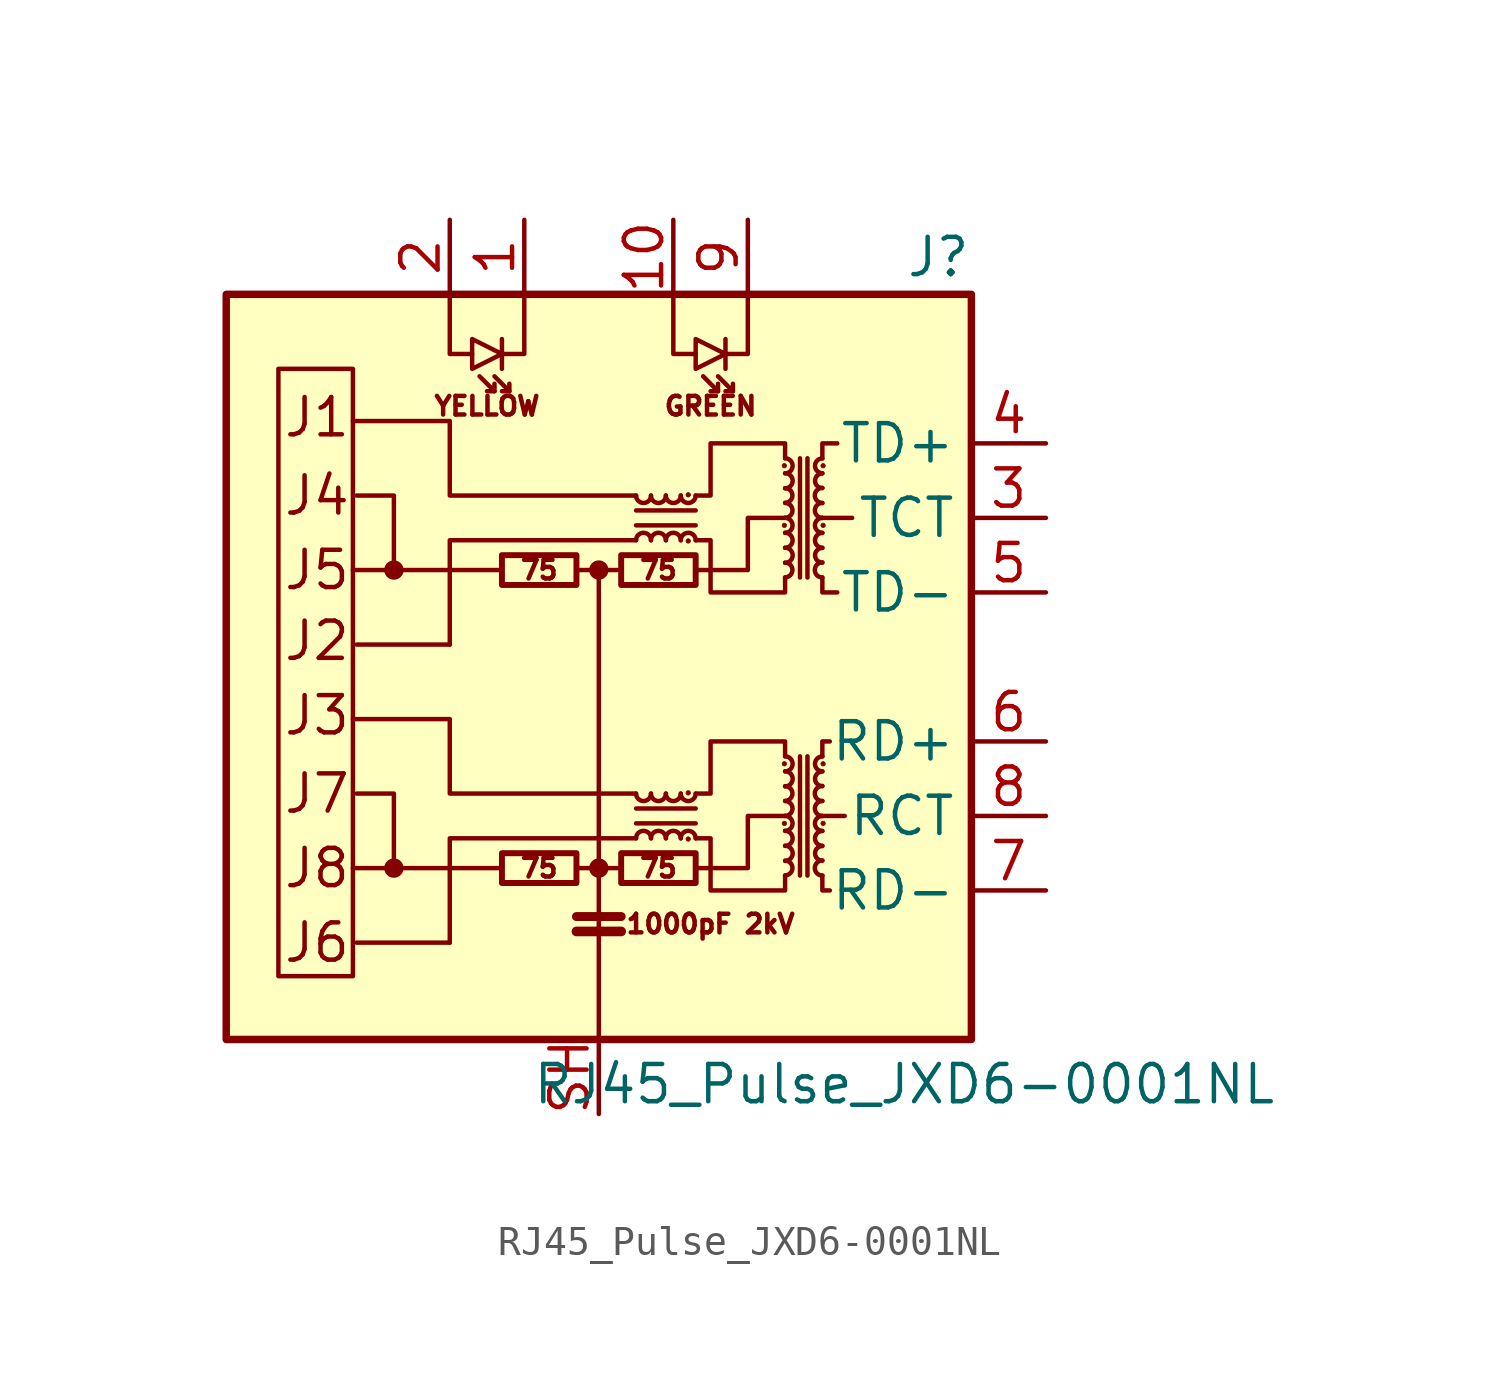
<source format=kicad_sym>
(kicad_symbol_lib
  (version 20220914)
  (generator kicad_symbol_editor)
  (symbol "RJ45_Pulse_JXD6-0001NL"
    (property "Reference" "J"
      (at 12.7 13.97 0)
      (effects (font (size 1.27 1.27)) (justify right)))
    (property "Value" "RJ45_Pulse_JXD6-0001NL"
      (at 10.414 -14.224 0)
      (effects (font (size 1.27 1.27))))
    (symbol "RJ45_Pulse_JXD6-0001NL_0_0"
      (rectangle (start -12.7 12.7) (end 12.7 -12.7) (stroke (width 0.254) (type default)) (fill (type background)))
      (polyline (pts (xy -3.302 -6.858) (xy -8.382 -6.858)) (stroke (width 0) (type default)) (fill (type none)))
      (polyline (pts (xy -3.302 3.302) (xy -8.382 3.302)) (stroke (width 0) (type default)) (fill (type none)))
      (polyline (pts (xy 8.382 -5.08) (xy 7.62 -5.08)) (stroke (width 0) (type default)) (fill (type none)))
      (polyline (pts (xy 8.636 5.08) (xy 7.62 5.08)) (stroke (width 0) (type default)) (fill (type none)))
      (polyline (pts (xy 1.27 -4.318) (xy -5.08 -4.318) (xy -5.08 -1.778) (xy -8.382 -1.778)) (stroke (width 0) (type default)) (fill (type none)))
      (polyline (pts (xy 1.27 5.842) (xy -5.08 5.842) (xy -5.08 8.382) (xy -8.382 8.382)) (stroke (width 0) (type default)) (fill (type none)))
      (polyline (pts (xy 3.302 -6.858) (xy 5.08 -6.858) (xy 5.08 -5.08) (xy 6.35 -5.08)) (stroke (width 0) (type default)) (fill (type none)))
      (polyline (pts (xy 3.302 3.302) (xy 5.08 3.302) (xy 5.08 5.08) (xy 6.35 5.08)) (stroke (width 0) (type default)) (fill (type none)))
      (text "1000pF 2kV" (at 3.81 -8.763 0) (effects (font (size 0.635 0.635))))
      (text "75" (at -2.032 -6.858 0) (effects (font (size 0.635 0.635))))
      (text "75" (at -2.032 3.302 0) (effects (font (size 0.635 0.635))))
      (text "75" (at 2.032 -6.858 0) (effects (font (size 0.635 0.635))))
      (text "75" (at 2.032 3.302 0) (effects (font (size 0.635 0.635))))
      (text "GREEN" (at 3.81 8.89 0) (effects (font (size 0.635 0.635))))
      (text "J1" (at -10.795 8.509 0) (effects (font (size 1.27 1.27)) (justify left)))
      (text "J2" (at -10.795 0.889 0) (effects (font (size 1.27 1.27)) (justify left)))
      (text "J3" (at -10.795 -1.651 0) (effects (font (size 1.27 1.27)) (justify left)))
      (text "J4" (at -10.795 5.842 0) (effects (font (size 1.27 1.27)) (justify left)))
      (text "J5" (at -10.795 3.302 0) (effects (font (size 1.27 1.27)) (justify left)))
      (text "J6" (at -10.795 -9.398 0) (effects (font (size 1.27 1.27)) (justify left)))
      (text "J7" (at -10.795 -4.318 0) (effects (font (size 1.27 1.27)) (justify left)))
      (text "J8" (at -10.795 -6.858 0) (effects (font (size 1.27 1.27)) (justify left)))
      (text "YELLOW" (at -3.81 8.89 0) (effects (font (size 0.635 0.635)))))
    (symbol "RJ45_Pulse_JXD6-0001NL_0_1"
      (rectangle (start -8.382 -10.541) (end -10.922 10.16) (stroke (width 0) (type default)) (fill (type none)))
      (circle (center -6.985 -6.858) (radius 0.254) (stroke (width 0) (type default)) (fill (type outline)))
      (circle (center -6.985 3.302) (radius 0.254) (stroke (width 0) (type default)) (fill (type outline)))
      (rectangle (start -3.302 -7.366) (end -0.762 -6.35) (stroke (width 0.203) (type default)) (fill (type none)))
      (rectangle (start -3.302 2.794) (end -0.762 3.81) (stroke (width 0.203) (type default)) (fill (type none)))
      (circle (center 0 -6.858) (radius 0.254) (stroke (width 0) (type default)) (fill (type outline)))
      (polyline (pts (xy -5.08 -9.398) (xy -8.255 -9.398)) (stroke (width 0) (type default)) (fill (type none)))
      (polyline (pts (xy -5.08 0.762) (xy -8.255 0.762)) (stroke (width 0) (type default)) (fill (type none)))
      (polyline (pts (xy -3.556 9.398) (xy -4.064 9.906)) (stroke (width 0) (type default)) (fill (type none)))
      (polyline (pts (xy -3.302 11.176) (xy -3.302 10.16)) (stroke (width 0) (type default)) (fill (type none)))
      (polyline (pts (xy -3.048 9.398) (xy -3.556 9.906)) (stroke (width 0) (type default)) (fill (type none)))
      (polyline (pts (xy -0.762 -9.017) (xy 0.762 -9.017)) (stroke (width 0.33) (type default)) (fill (type none)))
      (polyline (pts (xy -0.762 -8.509) (xy 0.762 -8.509)) (stroke (width 0.305) (type default)) (fill (type none)))
      (polyline (pts (xy 0 3.302) (xy -0.762 3.302)) (stroke (width 0) (type default)) (fill (type none)))
      (polyline (pts (xy 0.762 -6.858) (xy -0.762 -6.858)) (stroke (width 0) (type default)) (fill (type none)))
      (polyline (pts (xy 1.27 -5.334) (xy 3.302 -5.334)) (stroke (width 0) (type default)) (fill (type none)))
      (polyline (pts (xy 1.27 4.826) (xy 3.302 4.826)) (stroke (width 0) (type default)) (fill (type none)))
      (polyline (pts (xy 3.302 -4.826) (xy 1.27 -4.826)) (stroke (width 0) (type default)) (fill (type none)))
      (polyline (pts (xy 3.302 5.334) (xy 1.27 5.334)) (stroke (width 0) (type default)) (fill (type none)))
      (polyline (pts (xy 4.064 9.398) (xy 3.556 9.906)) (stroke (width 0) (type default)) (fill (type none)))
      (polyline (pts (xy 4.318 11.176) (xy 4.318 10.16)) (stroke (width 0) (type default)) (fill (type none)))
      (polyline (pts (xy 4.572 9.398) (xy 4.064 9.906)) (stroke (width 0) (type default)) (fill (type none)))
      (polyline (pts (xy 6.858 -3.048) (xy 6.858 -7.112)) (stroke (width 0) (type default)) (fill (type none)))
      (polyline (pts (xy 6.858 7.112) (xy 6.858 3.048)) (stroke (width 0) (type default)) (fill (type none)))
      (polyline (pts (xy 7.112 -7.112) (xy 7.112 -3.048)) (stroke (width 0) (type default)) (fill (type none)))
      (polyline (pts (xy 7.112 3.048) (xy 7.112 7.112)) (stroke (width 0) (type default)) (fill (type none)))
      (polyline (pts (xy -6.985 -6.858) (xy -6.985 -4.318) (xy -8.255 -4.318)) (stroke (width 0) (type default)) (fill (type none)))
      (polyline (pts (xy -6.985 3.302) (xy -6.985 5.842) (xy -8.255 5.842)) (stroke (width 0) (type default)) (fill (type none)))
      (polyline (pts (xy -5.08 12.7) (xy -5.08 10.668) (xy -4.318 10.668)) (stroke (width 0) (type default)) (fill (type none)))
      (polyline (pts (xy -3.556 9.652) (xy -3.556 9.398) (xy -3.81 9.398)) (stroke (width 0) (type default)) (fill (type none)))
      (polyline (pts (xy -3.048 9.652) (xy -3.048 9.398) (xy -3.302 9.398)) (stroke (width 0) (type default)) (fill (type none)))
      (polyline (pts (xy -2.54 12.7) (xy -2.54 10.668) (xy -3.302 10.668)) (stroke (width 0) (type default)) (fill (type none)))
      (polyline (pts (xy 0 -12.7) (xy 0 3.302) (xy 0.635 3.302)) (stroke (width 0) (type default)) (fill (type none)))
      (polyline (pts (xy 1.27 -5.842) (xy -5.08 -5.842) (xy -5.08 -9.398)) (stroke (width 0) (type default)) (fill (type none)))
      (polyline (pts (xy 1.27 4.318) (xy -5.08 4.318) (xy -5.08 0.762)) (stroke (width 0) (type default)) (fill (type none)))
      (polyline (pts (xy 2.54 12.7) (xy 2.54 10.668) (xy 3.302 10.668)) (stroke (width 0) (type default)) (fill (type none)))
      (polyline (pts (xy 4.064 9.652) (xy 4.064 9.398) (xy 3.81 9.398)) (stroke (width 0) (type default)) (fill (type none)))
      (polyline (pts (xy 4.572 9.652) (xy 4.572 9.398) (xy 4.318 9.398)) (stroke (width 0) (type default)) (fill (type none)))
      (polyline (pts (xy 5.08 12.7) (xy 5.08 10.668) (xy 4.318 10.668)) (stroke (width 0) (type default)) (fill (type none)))
      (polyline (pts (xy 7.62 -7.112) (xy 7.62 -7.62) (xy 7.874 -7.62)) (stroke (width 0) (type default)) (fill (type none)))
      (polyline (pts (xy 7.62 -3.048) (xy 7.62 -2.54) (xy 7.874 -2.54)) (stroke (width 0) (type default)) (fill (type none)))
      (polyline (pts (xy 7.62 3.048) (xy 7.62 2.54) (xy 8.128 2.54)) (stroke (width 0) (type default)) (fill (type none)))
      (polyline (pts (xy 7.62 7.112) (xy 7.62 7.62) (xy 8.128 7.62)) (stroke (width 0) (type default)) (fill (type none)))
      (polyline (pts (xy -3.302 10.668) (xy -4.318 11.176) (xy -4.318 10.16) (xy -3.302 10.668)) (stroke (width 0) (type default)) (fill (type none)))
      (polyline (pts (xy 4.318 10.668) (xy 3.302 11.176) (xy 3.302 10.16) (xy 4.318 10.668)) (stroke (width 0) (type default)) (fill (type none)))
      (polyline (pts (xy 3.302 -4.318) (xy 3.81 -4.318) (xy 3.81 -2.54) (xy 6.35 -2.54) (xy 6.35 -3.048)) (stroke (width 0) (type default)) (fill (type none)))
      (polyline (pts (xy 3.302 5.842) (xy 3.81 5.842) (xy 3.81 7.62) (xy 6.35 7.62) (xy 6.35 7.112)) (stroke (width 0) (type default)) (fill (type none)))
      (polyline (pts (xy 6.35 -7.112) (xy 6.35 -7.62) (xy 3.81 -7.62) (xy 3.81 -5.842) (xy 3.302 -5.842)) (stroke (width 0) (type default)) (fill (type none)))
      (polyline (pts (xy 6.35 3.048) (xy 6.35 2.54) (xy 3.81 2.54) (xy 3.81 4.318) (xy 3.302 4.318)) (stroke (width 0) (type default)) (fill (type none)))
      (circle (center 0 3.302) (radius 0.254) (stroke (width 0) (type default)) (fill (type outline)))
      (rectangle (start 0.762 -7.366) (end 3.302 -6.35) (stroke (width 0.203) (type default)) (fill (type none)))
      (rectangle (start 0.762 2.794) (end 3.302 3.81) (stroke (width 0.203) (type default)) (fill (type none)))
      (arc (start 1.27 -4.318) (mid 1.524 -4.5709) (end 1.778 -4.318) (stroke (width 0) (type default)) (fill (type none)))
      (arc (start 1.27 5.842) (mid 1.524 5.5891) (end 1.778 5.842) (stroke (width 0) (type default)) (fill (type none)))
      (arc (start 1.778 -5.842) (mid 1.524 -5.5891) (end 1.27 -5.842) (stroke (width 0) (type default)) (fill (type none)))
      (arc (start 1.778 -4.318) (mid 2.032 -4.5709) (end 2.286 -4.318) (stroke (width 0) (type default)) (fill (type none)))
      (arc (start 1.778 4.318) (mid 1.524 4.5709) (end 1.27 4.318) (stroke (width 0) (type default)) (fill (type none)))
      (arc (start 1.778 5.842) (mid 2.032 5.5891) (end 2.286 5.842) (stroke (width 0) (type default)) (fill (type none)))
      (arc (start 2.286 -5.842) (mid 2.032 -5.5891) (end 1.778 -5.842) (stroke (width 0) (type default)) (fill (type none)))
      (arc (start 2.286 -4.318) (mid 2.54 -4.5709) (end 2.794 -4.318) (stroke (width 0) (type default)) (fill (type none)))
      (arc (start 2.286 4.318) (mid 2.032 4.5709) (end 1.778 4.318) (stroke (width 0) (type default)) (fill (type none)))
      (arc (start 2.286 5.842) (mid 2.54 5.5891) (end 2.794 5.842) (stroke (width 0) (type default)) (fill (type none)))
      (arc (start 2.794 -5.842) (mid 2.54 -5.5891) (end 2.286 -5.842) (stroke (width 0) (type default)) (fill (type none)))
      (arc (start 2.794 -4.318) (mid 3.048 -4.5709) (end 3.302 -4.318) (stroke (width 0) (type default)) (fill (type none)))
      (arc (start 2.794 4.318) (mid 2.54 4.5709) (end 2.286 4.318) (stroke (width 0) (type default)) (fill (type none)))
      (arc (start 2.794 5.842) (mid 3.048 5.5891) (end 3.302 5.842) (stroke (width 0) (type default)) (fill (type none)))
      (circle (center 3.048 -5.867) (radius 0.076) (stroke (width 0.025) (type default)) (fill (type outline)))
      (circle (center 3.048 -4.293) (radius 0.076) (stroke (width 0.025) (type default)) (fill (type outline)))
      (circle (center 3.048 4.293) (radius 0.076) (stroke (width 0.025) (type default)) (fill (type outline)))
      (circle (center 3.048 5.867) (radius 0.076) (stroke (width 0.025) (type default)) (fill (type outline)))
      (arc (start 3.302 -5.842) (mid 3.048 -5.5891) (end 2.794 -5.842) (stroke (width 0) (type default)) (fill (type none)))
      (arc (start 3.302 4.318) (mid 3.048 4.5709) (end 2.794 4.318) (stroke (width 0) (type default)) (fill (type none)))
      (circle (center 6.325 -5.334) (radius 0.076) (stroke (width 0.025) (type default)) (fill (type outline)))
      (circle (center 6.325 -3.302) (radius 0.076) (stroke (width 0.025) (type default)) (fill (type outline)))
      (circle (center 6.325 4.826) (radius 0.076) (stroke (width 0.025) (type default)) (fill (type outline)))
      (circle (center 6.325 6.858) (radius 0.076) (stroke (width 0.025) (type default)) (fill (type outline)))
      (arc (start 6.35 -7.112) (mid 6.6029 -6.858) (end 6.35 -6.604) (stroke (width 0) (type default)) (fill (type none)))
      (arc (start 6.35 -6.604) (mid 6.6029 -6.35) (end 6.35 -6.096) (stroke (width 0) (type default)) (fill (type none)))
      (arc (start 6.35 -6.096) (mid 6.6029 -5.842) (end 6.35 -5.588) (stroke (width 0) (type default)) (fill (type none)))
      (arc (start 6.35 -5.588) (mid 6.6029 -5.334) (end 6.35 -5.08) (stroke (width 0) (type default)) (fill (type none)))
      (arc (start 6.35 -5.08) (mid 6.6029 -4.826) (end 6.35 -4.572) (stroke (width 0) (type default)) (fill (type none)))
      (arc (start 6.35 -4.572) (mid 6.6029 -4.318) (end 6.35 -4.064) (stroke (width 0) (type default)) (fill (type none)))
      (arc (start 6.35 -4.064) (mid 6.6029 -3.81) (end 6.35 -3.556) (stroke (width 0) (type default)) (fill (type none)))
      (arc (start 6.35 -3.556) (mid 6.6029 -3.302) (end 6.35 -3.048) (stroke (width 0) (type default)) (fill (type none)))
      (arc (start 6.35 3.048) (mid 6.6029 3.302) (end 6.35 3.556) (stroke (width 0) (type default)) (fill (type none)))
      (arc (start 6.35 3.556) (mid 6.6029 3.81) (end 6.35 4.064) (stroke (width 0) (type default)) (fill (type none)))
      (arc (start 6.35 4.064) (mid 6.6029 4.318) (end 6.35 4.572) (stroke (width 0) (type default)) (fill (type none)))
      (arc (start 6.35 4.572) (mid 6.6029 4.826) (end 6.35 5.08) (stroke (width 0) (type default)) (fill (type none)))
      (arc (start 6.35 5.08) (mid 6.6029 5.334) (end 6.35 5.588) (stroke (width 0) (type default)) (fill (type none)))
      (arc (start 6.35 5.588) (mid 6.6029 5.842) (end 6.35 6.096) (stroke (width 0) (type default)) (fill (type none)))
      (arc (start 6.35 6.096) (mid 6.6029 6.35) (end 6.35 6.604) (stroke (width 0) (type default)) (fill (type none)))
      (arc (start 6.35 6.604) (mid 6.6029 6.858) (end 6.35 7.112) (stroke (width 0) (type default)) (fill (type none)))
      (arc (start 7.62 -6.604) (mid 7.3671 -6.858) (end 7.62 -7.112) (stroke (width 0) (type default)) (fill (type none)))
      (arc (start 7.62 -6.096) (mid 7.3671 -6.35) (end 7.62 -6.604) (stroke (width 0) (type default)) (fill (type none)))
      (arc (start 7.62 -5.588) (mid 7.3671 -5.842) (end 7.62 -6.096) (stroke (width 0) (type default)) (fill (type none)))
      (arc (start 7.62 -5.08) (mid 7.3671 -5.334) (end 7.62 -5.588) (stroke (width 0) (type default)) (fill (type none)))
      (arc (start 7.62 -4.572) (mid 7.3671 -4.826) (end 7.62 -5.08) (stroke (width 0) (type default)) (fill (type none)))
      (arc (start 7.62 -4.064) (mid 7.3671 -4.318) (end 7.62 -4.572) (stroke (width 0) (type default)) (fill (type none)))
      (arc (start 7.62 -3.556) (mid 7.3671 -3.81) (end 7.62 -4.064) (stroke (width 0) (type default)) (fill (type none)))
      (arc (start 7.62 -3.048) (mid 7.3671 -3.302) (end 7.62 -3.556) (stroke (width 0) (type default)) (fill (type none)))
      (arc (start 7.62 3.556) (mid 7.3671 3.302) (end 7.62 3.048) (stroke (width 0) (type default)) (fill (type none)))
      (arc (start 7.62 4.064) (mid 7.3671 3.81) (end 7.62 3.556) (stroke (width 0) (type default)) (fill (type none)))
      (arc (start 7.62 4.572) (mid 7.3671 4.318) (end 7.62 4.064) (stroke (width 0) (type default)) (fill (type none)))
      (arc (start 7.62 5.08) (mid 7.3671 4.826) (end 7.62 4.572) (stroke (width 0) (type default)) (fill (type none)))
      (arc (start 7.62 5.588) (mid 7.3671 5.334) (end 7.62 5.08) (stroke (width 0) (type default)) (fill (type none)))
      (arc (start 7.62 6.096) (mid 7.3671 5.842) (end 7.62 5.588) (stroke (width 0) (type default)) (fill (type none)))
      (arc (start 7.62 6.604) (mid 7.3671 6.35) (end 7.62 6.096) (stroke (width 0) (type default)) (fill (type none)))
      (arc (start 7.62 7.112) (mid 7.3671 6.858) (end 7.62 6.604) (stroke (width 0) (type default)) (fill (type none)))
      (circle (center 7.645 -5.334) (radius 0.076) (stroke (width 0.025) (type default)) (fill (type outline)))
      (circle (center 7.645 -3.302) (radius 0.076) (stroke (width 0.025) (type default)) (fill (type outline)))
      (circle (center 7.645 4.826) (radius 0.076) (stroke (width 0.025) (type default)) (fill (type outline)))
      (circle (center 7.645 6.858) (radius 0.076) (stroke (width 0.025) (type default)) (fill (type outline))))
    (symbol "RJ45_Pulse_JXD6-0001NL_1_1"
      (pin passive line (at -2.54 15.24 270) (length 2.54) (name "~" (effects (font (size 1.27 1.27)))) (number "1" (effects (font (size 1.27 1.27)))))
      (pin passive line (at 2.54 15.24 270) (length 2.54) (name "~" (effects (font (size 1.27 1.27)))) (number "10" (effects (font (size 1.27 1.27)))))
      (pin passive line (at -5.08 15.24 270) (length 2.54) (name "~" (effects (font (size 1.27 1.27)))) (number "2" (effects (font (size 1.27 1.27)))))
      (pin passive line (at 15.24 5.08 180) (length 2.54) (name "TCT" (effects (font (size 1.27 1.27)))) (number "3" (effects (font (size 1.27 1.27)))))
      (pin passive line (at 15.24 7.62 180) (length 2.54) (name "TD+" (effects (font (size 1.27 1.27)))) (number "4" (effects (font (size 1.27 1.27)))))
      (pin passive line (at 15.24 2.54 180) (length 2.54) (name "TD-" (effects (font (size 1.27 1.27)))) (number "5" (effects (font (size 1.27 1.27)))))
      (pin passive line (at 15.24 -2.54 180) (length 2.54) (name "RD+" (effects (font (size 1.27 1.27)))) (number "6" (effects (font (size 1.27 1.27)))))
      (pin passive line (at 15.24 -7.62 180) (length 2.54) (name "RD-" (effects (font (size 1.27 1.27)))) (number "7" (effects (font (size 1.27 1.27)))))
      (pin passive line (at 15.24 -5.08 180) (length 2.54) (name "RCT" (effects (font (size 1.27 1.27)))) (number "8" (effects (font (size 1.27 1.27)))))
      (pin passive line (at 5.08 15.24 270) (length 2.54) (name "~" (effects (font (size 1.27 1.27)))) (number "9" (effects (font (size 1.27 1.27)))))
      (pin passive line (at 0 -15.24 90) (length 2.54) (name "~" (effects (font (size 1.27 1.27)))) (number "SH" (effects (font (size 1.27 1.27))))))))
</source>
